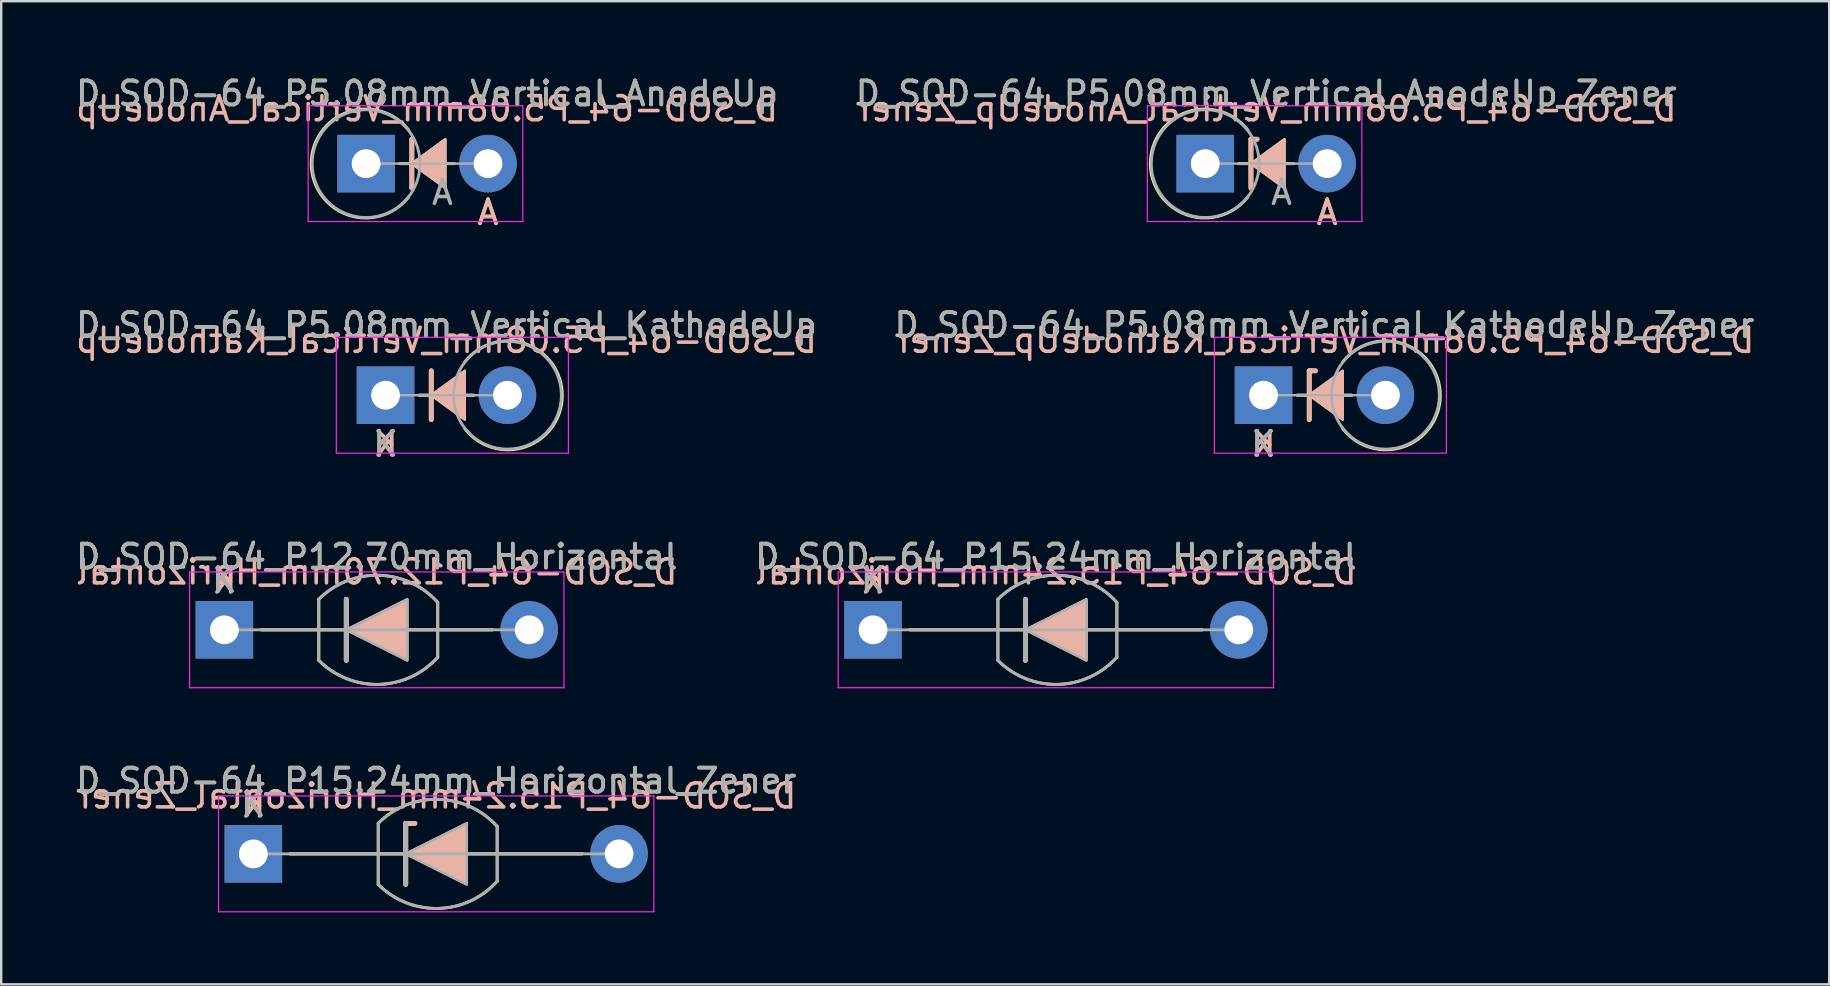
<source format=kicad_pcb>
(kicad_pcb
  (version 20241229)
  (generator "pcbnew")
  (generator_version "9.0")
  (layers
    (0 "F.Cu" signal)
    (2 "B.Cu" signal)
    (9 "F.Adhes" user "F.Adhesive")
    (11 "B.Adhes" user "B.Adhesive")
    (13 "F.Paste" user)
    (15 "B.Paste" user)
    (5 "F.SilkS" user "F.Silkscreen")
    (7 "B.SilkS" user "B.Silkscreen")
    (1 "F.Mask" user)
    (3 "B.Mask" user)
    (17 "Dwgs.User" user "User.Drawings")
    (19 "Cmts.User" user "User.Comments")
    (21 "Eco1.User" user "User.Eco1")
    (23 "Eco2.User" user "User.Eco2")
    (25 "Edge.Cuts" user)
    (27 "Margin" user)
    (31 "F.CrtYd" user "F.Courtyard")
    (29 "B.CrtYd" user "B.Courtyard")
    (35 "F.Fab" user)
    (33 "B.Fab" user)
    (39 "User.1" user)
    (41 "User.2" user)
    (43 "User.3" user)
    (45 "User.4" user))
  (footprint "D_SOD-64_P5.08mm_Vertical_KathodeUp_Zener"
    (layer "F.Cu")
    (at 49.597 13.417)
    (property "Reference" "D_SOD-64_P5.08mm_Vertical_KathodeUp_Zener" (at 2.54 -2.92 0) (layer "F.SilkS") (effects (font (size 1 1) (thickness 0.15))))
    (fp_line (start 1.397 0) (end 2.413 0) (stroke (width 0.12) (type solid)) (layer "F.SilkS"))
    (fp_line (start 1.905 -1.016) (end 1.905 1.016) (stroke (width 0.2) (type solid)) (layer "F.SilkS"))
    (fp_line (start 1.905 -1.016) (end 2.159 -1.016) (stroke (width 0.2) (type solid)) (layer "F.SilkS"))
    (fp_line (start 1.92 0) (end 3.683 0) (stroke (width 0.12) (type solid)) (layer "F.SilkS"))
    (fp_arc (start 3.307539 -1.392669) (mid 7.36629 0.01023) (end 3.302 1.397) (stroke (width 0.12) (type solid)) (layer "F.SilkS"))
    (fp_poly (pts (xy 3.302 1.016) (xy 1.905 0) (xy 3.302 -1.016)) (stroke (width 0.1) (type solid)) (fill yes) (layer "F.SilkS"))
    (fp_line (start 1.397 0) (end 2.413 0) (stroke (width 0.12) (type solid)) (layer "B.SilkS"))
    (fp_line (start 1.905 -1.016) (end 2.159 -1.016) (stroke (width 0.2) (type solid)) (layer "B.SilkS"))
    (fp_line (start 1.905 1.016) (end 1.905 -1.016) (stroke (width 0.2) (type solid)) (layer "B.SilkS"))
    (fp_line (start 1.92 0) (end 3.683 0) (stroke (width 0.12) (type solid)) (layer "B.SilkS"))
    (fp_poly (pts (xy 3.302 -1.016) (xy 1.905 0) (xy 3.302 1.016)) (stroke (width 0.1) (type solid)) (fill yes) (layer "B.SilkS"))
    (fp_line (start -2.05 -2.413) (end -2.05 2.413) (stroke (width 0.05) (type solid)) (layer "F.CrtYd"))
    (fp_line (start -2.05 2.413) (end 7.62 2.413) (stroke (width 0.05) (type solid)) (layer "F.CrtYd"))
    (fp_line (start 7.62 -2.413) (end -2.05 -2.413) (stroke (width 0.05) (type solid)) (layer "F.CrtYd"))
    (fp_line (start 7.62 2.413) (end 7.62 -2.413) (stroke (width 0.05) (type solid)) (layer "F.CrtYd"))
    (fp_line (start 0 0) (end 5.08 0) (stroke (width 0.1) (type solid)) (layer "F.Fab"))
    (fp_circle (center 5.08 0) (end 3.429 -1.524) (stroke (width 0.12) (type solid)) (fill no) (layer "F.Fab"))
    (fp_text user "K" (at 0 2.032 0) (layer "F.SilkS") (effects (font (size 1 1) (thickness 0.15))))
    (fp_text user "${REFERENCE}" (at 2.54 -2.286 0) (layer "B.SilkS") (effects (font (size 1 1) (thickness 0.15)) (justify mirror)))
    (fp_text user "K" (at 0 2.032 0) (layer "B.SilkS") (effects (font (size 1 1) (thickness 0.15)) (justify mirror)))
    (fp_text user "K" (at 0 2.032 0) (layer "F.Fab") (effects (font (size 1 1) (thickness 0.15))))
    (fp_text user "${REFERENCE}" (at 2.54 -2.92 0) (layer "F.Fab") (effects (font (size 1 1) (thickness 0.15))))
    (pad "1" thru_hole rect (at 0 0) (size 2.4 2.4) (drill 1.2) (layers "*.Cu" "*.Mask"))
    (pad "2" thru_hole oval (at 5.08 0) (size 2.4 2.4) (drill 1.2) (layers "*.Cu" "*.Mask")))
  (footprint "D_SOD-64_P15.24mm_Horizontal"
    (layer "F.Cu")
    (at 33.326 23.193)
    (property "Reference" "D_SOD-64_P15.24mm_Horizontal" (at 7.62 -3.048 0) (layer "F.SilkS") (effects (font (size 1 1) (thickness 0.15))))
    (fp_line (start 1.524 0) (end 13.716 0) (stroke (width 0.12) (type solid)) (layer "F.SilkS"))
    (fp_line (start 5.204 1.27) (end 5.204 -1.273) (stroke (width 0.12) (type solid)) (layer "F.SilkS"))
    (fp_line (start 6.35 1.27) (end 6.35 -1.27) (stroke (width 0.2) (type solid)) (layer "F.SilkS"))
    (fp_line (start 10.16 -1.143) (end 10.16 1.143) (stroke (width 0.12) (type solid)) (layer "F.SilkS"))
    (fp_arc (start 5.20366 -1.27334) (mid 7.709833 -2.273039) (end 10.159998 -1.143) (stroke (width 0.12) (type solid)) (layer "F.SilkS"))
    (fp_arc (start 10.16 1.143) (mid 7.710216 2.273029) (end 5.204202 1.273879) (stroke (width 0.12) (type solid)) (layer "F.SilkS"))
    (fp_poly (pts (xy 8.89 1.27) (xy 6.35 0) (xy 8.89 -1.27)) (stroke (width 0.1) (type solid)) (fill yes) (layer "F.SilkS"))
    (fp_line (start 1.524 0) (end 13.716 0) (stroke (width 0.12) (type solid)) (layer "B.SilkS"))
    (fp_line (start 6.35 -1.27) (end 6.35 1.27) (stroke (width 0.2) (type solid)) (layer "B.SilkS"))
    (fp_poly (pts (xy 8.89 -1.27) (xy 6.35 0) (xy 8.89 1.27)) (stroke (width 0.1) (type solid)) (fill yes) (layer "B.SilkS"))
    (fp_line (start -1.45 -2.413) (end -1.45 2.413) (stroke (width 0.05) (type solid)) (layer "F.CrtYd"))
    (fp_line (start -1.45 2.413) (end 16.69 2.413) (stroke (width 0.05) (type solid)) (layer "F.CrtYd"))
    (fp_line (start 16.69 -2.413) (end -1.45 -2.413) (stroke (width 0.05) (type solid)) (layer "F.CrtYd"))
    (fp_line (start 16.69 2.413) (end 16.69 -2.413) (stroke (width 0.05) (type solid)) (layer "F.CrtYd"))
    (fp_line (start 0 0) (end 15.24 0) (stroke (width 0.12) (type solid)) (layer "F.Fab"))
    (fp_line (start 5.204 1.274) (end 5.204 -1.273) (stroke (width 0.12) (type solid)) (layer "F.Fab"))
    (fp_line (start 6.35 1.27) (end 6.35 -1.27) (stroke (width 0.2) (type solid)) (layer "F.Fab"))
    (fp_line (start 10.16 -1.143) (end 10.16 1.143) (stroke (width 0.12) (type solid)) (layer "F.Fab"))
    (fp_arc (start 5.2042 -1.273879) (mid 7.710214 -2.273029) (end 10.159998 -1.143) (stroke (width 0.12) (type solid)) (layer "F.Fab"))
    (fp_arc (start 10.16 1.143) (mid 7.710216 2.273029) (end 5.204202 1.273879) (stroke (width 0.12) (type solid)) (layer "F.Fab"))
    (fp_poly (pts (xy 8.89 1.27) (xy 6.35 0) (xy 8.89 -1.27)) (stroke (width 0.1) (type solid)) (fill no) (layer "F.Fab"))
    (fp_text user "K" (at 0 -2.073 0) (layer "F.SilkS") (effects (font (size 1 1) (thickness 0.15))))
    (fp_text user "K" (at 0 -2.032 0) (layer "B.SilkS") (effects (font (size 1 1) (thickness 0.15)) (justify mirror)))
    (fp_text user "${REFERENCE}" (at 7.62 -2.413 0) (layer "B.SilkS") (effects (font (size 1 1) (thickness 0.15)) (justify mirror)))
    (fp_text user "K" (at 0 -2.073 0) (layer "F.Fab") (effects (font (size 1 1) (thickness 0.15))))
    (fp_text user "${REFERENCE}" (at 7.62 -3.048 0) (layer "F.Fab") (effects (font (size 1 1) (thickness 0.15))))
    (pad "1" thru_hole rect (at 0 0) (size 2.4 2.4) (drill 1.2) (layers "*.Cu" "*.Mask"))
    (pad "2" thru_hole oval (at 15.24 0) (size 2.4 2.4) (drill 1.2) (layers "*.Cu" "*.Mask")))
  (footprint "D_SOD-64_P5.08mm_Vertical_AnodeUp_Zener"
    (layer "F.Cu")
    (at 47.168 3.768)
    (property "Reference" "D_SOD-64_P5.08mm_Vertical_AnodeUp_Zener" (at 2.54 -2.92 0) (layer "F.SilkS") (effects (font (size 1 1) (thickness 0.15))))
    (fp_line (start 1.397 0) (end 2.413 0) (stroke (width 0.12) (type solid)) (layer "F.SilkS"))
    (fp_line (start 1.905 -1.016) (end 1.905 1.016) (stroke (width 0.2) (type solid)) (layer "F.SilkS"))
    (fp_line (start 1.905 -1.016) (end 2.159 -1.016) (stroke (width 0.2) (type solid)) (layer "F.SilkS"))
    (fp_line (start 1.92 0) (end 3.683 0) (stroke (width 0.12) (type solid)) (layer "F.SilkS"))
    (fp_arc (start 1.772461 1.392669) (mid -2.28629 -0.01023) (end 1.778 -1.397) (stroke (width 0.12) (type solid)) (layer "F.SilkS"))
    (fp_poly (pts (xy 3.302 1.016) (xy 1.905 0) (xy 3.302 -1.016)) (stroke (width 0.1) (type solid)) (fill yes) (layer "F.SilkS"))
    (fp_line (start 1.397 0) (end 2.413 0) (stroke (width 0.12) (type solid)) (layer "B.SilkS"))
    (fp_line (start 1.905 -1.016) (end 2.159 -1.016) (stroke (width 0.2) (type solid)) (layer "B.SilkS"))
    (fp_line (start 1.905 1.016) (end 1.905 -1.016) (stroke (width 0.2) (type solid)) (layer "B.SilkS"))
    (fp_line (start 1.92 0) (end 3.683 0) (stroke (width 0.12) (type solid)) (layer "B.SilkS"))
    (fp_poly (pts (xy 3.302 -1.016) (xy 1.905 0) (xy 3.302 1.016)) (stroke (width 0.1) (type solid)) (fill yes) (layer "B.SilkS"))
    (fp_line (start -2.413 -2.413) (end -2.413 2.413) (stroke (width 0.05) (type solid)) (layer "F.CrtYd"))
    (fp_line (start -2.413 2.413) (end 6.53 2.413) (stroke (width 0.05) (type solid)) (layer "F.CrtYd"))
    (fp_line (start 6.53 -2.413) (end -2.413 -2.413) (stroke (width 0.05) (type solid)) (layer "F.CrtYd"))
    (fp_line (start 6.53 2.413) (end 6.53 -2.413) (stroke (width 0.05) (type solid)) (layer "F.CrtYd"))
    (fp_line (start 0 0) (end 5.08 0) (stroke (width 0.1) (type solid)) (layer "F.Fab"))
    (fp_circle (center 0 0) (end 1.651 -1.524) (stroke (width 0.12) (type solid)) (fill no) (layer "F.Fab"))
    (fp_text user "A" (at 5.08 2.032 0) (layer "F.SilkS") (effects (font (size 1 1) (thickness 0.15))))
    (fp_text user "${REFERENCE}" (at 2.54 -2.286 0) (layer "B.SilkS") (effects (font (size 1 1) (thickness 0.15)) (justify mirror)))
    (fp_text user "A" (at 5.08 2.032 0) (layer "B.SilkS") (effects (font (size 1 1) (thickness 0.15)) (justify mirror)))
    (fp_text user "A" (at 3.18 1.2 0) (layer "F.Fab") (effects (font (size 1 1) (thickness 0.15))))
    (fp_text user "${REFERENCE}" (at 2.54 -2.92 0) (layer "F.Fab") (effects (font (size 1 1) (thickness 0.15))))
    (pad "1" thru_hole rect (at 0 0) (size 2.4 2.4) (drill 1.2) (layers "*.Cu" "*.Mask"))
    (pad "2" thru_hole oval (at 5.08 0) (size 2.4 2.4) (drill 1.2) (layers "*.Cu" "*.Mask")))
  (footprint "D_SOD-64_P12.70mm_Horizontal"
    (layer "F.Cu")
    (at 6.299 23.193)
    (property "Reference" "D_SOD-64_P12.70mm_Horizontal" (at 6.35 -3.048 0) (layer "F.SilkS") (effects (font (size 1 1) (thickness 0.15))))
    (fp_line (start 1.524 0) (end 11.176 0) (stroke (width 0.12) (type solid)) (layer "F.SilkS"))
    (fp_line (start 3.934 1.27) (end 3.934 -1.273) (stroke (width 0.12) (type solid)) (layer "F.SilkS"))
    (fp_line (start 5.08 1.27) (end 5.08 -1.27) (stroke (width 0.2) (type solid)) (layer "F.SilkS"))
    (fp_line (start 8.89 -1.143) (end 8.89 1.143) (stroke (width 0.12) (type solid)) (layer "F.SilkS"))
    (fp_arc (start 3.93366 -1.27334) (mid 6.439833 -2.273039) (end 8.889998 -1.143) (stroke (width 0.12) (type solid)) (layer "F.SilkS"))
    (fp_arc (start 8.89 1.143) (mid 6.440216 2.273029) (end 3.934202 1.273879) (stroke (width 0.12) (type solid)) (layer "F.SilkS"))
    (fp_poly (pts (xy 7.62 1.27) (xy 5.08 0) (xy 7.62 -1.27)) (stroke (width 0.1) (type solid)) (fill yes) (layer "F.SilkS"))
    (fp_line (start 1.524 0) (end 11.176 0) (stroke (width 0.12) (type solid)) (layer "B.SilkS"))
    (fp_line (start 5.08 -1.27) (end 5.08 1.27) (stroke (width 0.2) (type solid)) (layer "B.SilkS"))
    (fp_poly (pts (xy 7.62 -1.27) (xy 5.08 0) (xy 7.62 1.27)) (stroke (width 0.1) (type solid)) (fill yes) (layer "B.SilkS"))
    (fp_line (start -1.45 -2.413) (end -1.45 2.413) (stroke (width 0.05) (type solid)) (layer "F.CrtYd"))
    (fp_line (start -1.45 2.413) (end 14.15 2.413) (stroke (width 0.05) (type solid)) (layer "F.CrtYd"))
    (fp_line (start 14.15 -2.413) (end -1.45 -2.413) (stroke (width 0.05) (type solid)) (layer "F.CrtYd"))
    (fp_line (start 14.15 2.413) (end 14.15 -2.413) (stroke (width 0.05) (type solid)) (layer "F.CrtYd"))
    (fp_line (start 0 0) (end 12.7 0) (stroke (width 0.12) (type solid)) (layer "F.Fab"))
    (fp_line (start 3.934 1.274) (end 3.934 -1.273) (stroke (width 0.12) (type solid)) (layer "F.Fab"))
    (fp_line (start 5.08 1.27) (end 5.08 -1.27) (stroke (width 0.2) (type solid)) (layer "F.Fab"))
    (fp_line (start 8.89 -1.143) (end 8.89 1.143) (stroke (width 0.12) (type solid)) (layer "F.Fab"))
    (fp_arc (start 3.9342 -1.273879) (mid 6.440214 -2.273029) (end 8.889998 -1.143) (stroke (width 0.12) (type solid)) (layer "F.Fab"))
    (fp_arc (start 8.89 1.143) (mid 6.440216 2.273029) (end 3.934202 1.273879) (stroke (width 0.12) (type solid)) (layer "F.Fab"))
    (fp_poly (pts (xy 7.62 1.27) (xy 5.08 0) (xy 7.62 -1.27)) (stroke (width 0.1) (type solid)) (fill no) (layer "F.Fab"))
    (fp_text user "K" (at 0 -2.073 0) (layer "F.SilkS") (effects (font (size 1 1) (thickness 0.15))))
    (fp_text user "K" (at 0 -2.032 0) (layer "B.SilkS") (effects (font (size 1 1) (thickness 0.15)) (justify mirror)))
    (fp_text user "${REFERENCE}" (at 6.35 -2.413 0) (layer "B.SilkS") (effects (font (size 1 1) (thickness 0.15)) (justify mirror)))
    (fp_text user "K" (at 0 -2.073 0) (layer "F.Fab") (effects (font (size 1 1) (thickness 0.15))))
    (fp_text user "${REFERENCE}" (at 6.35 -3.048 0) (layer "F.Fab") (effects (font (size 1 1) (thickness 0.15))))
    (pad "1" thru_hole rect (at 0 0) (size 2.4 2.4) (drill 1.2) (layers "*.Cu" "*.Mask"))
    (pad "2" thru_hole oval (at 12.7 0) (size 2.4 2.4) (drill 1.2) (layers "*.Cu" "*.Mask")))
  (footprint "D_SOD-64_P5.08mm_Vertical_KathodeUp"
    (layer "F.Cu")
    (at 13.014 13.417)
    (property "Reference" "D_SOD-64_P5.08mm_Vertical_KathodeUp" (at 2.54 -2.92 0) (layer "F.SilkS") (effects (font (size 1 1) (thickness 0.15))))
    (fp_line (start 1.397 0) (end 2.413 0) (stroke (width 0.12) (type solid)) (layer "F.SilkS"))
    (fp_line (start 1.905 -1.016) (end 1.905 1.016) (stroke (width 0.2) (type solid)) (layer "F.SilkS"))
    (fp_line (start 1.92 0) (end 3.683 0) (stroke (width 0.12) (type solid)) (layer "F.SilkS"))
    (fp_arc (start 3.307539 -1.392669) (mid 7.36629 0.01023) (end 3.302 1.397) (stroke (width 0.12) (type solid)) (layer "F.SilkS"))
    (fp_poly (pts (xy 3.302 1.016) (xy 1.905 0) (xy 3.302 -1.016)) (stroke (width 0.1) (type solid)) (fill yes) (layer "F.SilkS"))
    (fp_line (start 1.397 0) (end 2.413 0) (stroke (width 0.12) (type solid)) (layer "B.SilkS"))
    (fp_line (start 1.905 1.016) (end 1.905 -1.016) (stroke (width 0.2) (type solid)) (layer "B.SilkS"))
    (fp_line (start 1.92 0) (end 3.683 0) (stroke (width 0.12) (type solid)) (layer "B.SilkS"))
    (fp_poly (pts (xy 3.302 -1.016) (xy 1.905 0) (xy 3.302 1.016)) (stroke (width 0.1) (type solid)) (fill yes) (layer "B.SilkS"))
    (fp_line (start -2.05 -2.413) (end -2.05 2.413) (stroke (width 0.05) (type solid)) (layer "F.CrtYd"))
    (fp_line (start -2.05 2.413) (end 7.62 2.413) (stroke (width 0.05) (type solid)) (layer "F.CrtYd"))
    (fp_line (start 7.62 -2.413) (end -2.05 -2.413) (stroke (width 0.05) (type solid)) (layer "F.CrtYd"))
    (fp_line (start 7.62 2.413) (end 7.62 -2.413) (stroke (width 0.05) (type solid)) (layer "F.CrtYd"))
    (fp_line (start 0 0) (end 5.08 0) (stroke (width 0.1) (type solid)) (layer "F.Fab"))
    (fp_circle (center 5.08 0) (end 3.429 -1.524) (stroke (width 0.12) (type solid)) (fill no) (layer "F.Fab"))
    (fp_text user "K" (at 0 2.032 0) (layer "F.SilkS") (effects (font (size 1 1) (thickness 0.15))))
    (fp_text user "${REFERENCE}" (at 2.54 -2.286 0) (layer "B.SilkS") (effects (font (size 1 1) (thickness 0.15)) (justify mirror)))
    (fp_text user "K" (at 0 2.032 0) (layer "B.SilkS") (effects (font (size 1 1) (thickness 0.15)) (justify mirror)))
    (fp_text user "${REFERENCE}" (at 2.54 -2.92 0) (layer "F.Fab") (effects (font (size 1 1) (thickness 0.15))))
    (fp_text user "K" (at 0 2.032 0) (layer "F.Fab") (effects (font (size 1 1) (thickness 0.15))))
    (pad "1" thru_hole rect (at 0 0) (size 2.4 2.4) (drill 1.2) (layers "*.Cu" "*.Mask"))
    (pad "2" thru_hole oval (at 5.08 0) (size 2.4 2.4) (drill 1.2) (layers "*.Cu" "*.Mask")))
  (footprint "D_SOD-64_P15.24mm_Horizontal_Zener"
    (layer "F.Cu")
    (at 7.505 32.528)
    (property "Reference" "D_SOD-64_P15.24mm_Horizontal_Zener" (at 7.62 -3.048 0) (layer "F.SilkS") (effects (font (size 1 1) (thickness 0.15))))
    (fp_line (start 1.524 0) (end 13.716 0) (stroke (width 0.12) (type solid)) (layer "F.SilkS"))
    (fp_line (start 5.204 1.27) (end 5.204 -1.273) (stroke (width 0.12) (type solid)) (layer "F.SilkS"))
    (fp_line (start 6.35 -1.27) (end 6.731 -1.27) (stroke (width 0.2) (type solid)) (layer "F.SilkS"))
    (fp_line (start 6.35 1.27) (end 6.35 -1.27) (stroke (width 0.2) (type solid)) (layer "F.SilkS"))
    (fp_line (start 10.16 -1.143) (end 10.16 1.143) (stroke (width 0.12) (type solid)) (layer "F.SilkS"))
    (fp_arc (start 5.20366 -1.27334) (mid 7.709833 -2.273039) (end 10.159998 -1.143) (stroke (width 0.12) (type solid)) (layer "F.SilkS"))
    (fp_arc (start 10.16 1.143) (mid 7.710216 2.273029) (end 5.204202 1.273879) (stroke (width 0.12) (type solid)) (layer "F.SilkS"))
    (fp_poly (pts (xy 8.89 1.27) (xy 6.35 0) (xy 8.89 -1.27)) (stroke (width 0.1) (type solid)) (fill yes) (layer "F.SilkS"))
    (fp_line (start 1.524 0) (end 13.716 0) (stroke (width 0.12) (type solid)) (layer "B.SilkS"))
    (fp_line (start 6.35 -1.27) (end 6.35 1.27) (stroke (width 0.2) (type solid)) (layer "B.SilkS"))
    (fp_line (start 6.35 -1.27) (end 6.731 -1.27) (stroke (width 0.2) (type solid)) (layer "B.SilkS"))
    (fp_poly (pts (xy 8.89 -1.27) (xy 6.35 0) (xy 8.89 1.27)) (stroke (width 0.1) (type solid)) (fill yes) (layer "B.SilkS"))
    (fp_line (start -1.45 -2.413) (end -1.45 2.413) (stroke (width 0.05) (type solid)) (layer "F.CrtYd"))
    (fp_line (start -1.45 2.413) (end 16.69 2.413) (stroke (width 0.05) (type solid)) (layer "F.CrtYd"))
    (fp_line (start 16.69 -2.413) (end -1.45 -2.413) (stroke (width 0.05) (type solid)) (layer "F.CrtYd"))
    (fp_line (start 16.69 2.413) (end 16.69 -2.413) (stroke (width 0.05) (type solid)) (layer "F.CrtYd"))
    (fp_line (start 0 0) (end 15.24 0) (stroke (width 0.12) (type solid)) (layer "F.Fab"))
    (fp_line (start 5.204 1.274) (end 5.204 -1.273) (stroke (width 0.12) (type solid)) (layer "F.Fab"))
    (fp_line (start 6.35 1.27) (end 6.35 -1.27) (stroke (width 0.2) (type solid)) (layer "F.Fab"))
    (fp_line (start 10.16 -1.143) (end 10.16 1.143) (stroke (width 0.12) (type solid)) (layer "F.Fab"))
    (fp_arc (start 5.2042 -1.273879) (mid 7.710214 -2.273029) (end 10.159998 -1.143) (stroke (width 0.12) (type solid)) (layer "F.Fab"))
    (fp_arc (start 10.16 1.143) (mid 7.710216 2.273029) (end 5.204202 1.273879) (stroke (width 0.12) (type solid)) (layer "F.Fab"))
    (fp_poly (pts (xy 8.89 1.27) (xy 6.35 0) (xy 8.89 -1.27)) (stroke (width 0.1) (type solid)) (fill no) (layer "F.Fab"))
    (fp_text user "K" (at 0 -2.073 0) (layer "F.SilkS") (effects (font (size 1 1) (thickness 0.15))))
    (fp_text user "K" (at 0 -2.032 0) (layer "B.SilkS") (effects (font (size 1 1) (thickness 0.15)) (justify mirror)))
    (fp_text user "${REFERENCE}" (at 7.62 -2.413 0) (layer "B.SilkS") (effects (font (size 1 1) (thickness 0.15)) (justify mirror)))
    (fp_text user "${REFERENCE}" (at 7.62 -3.048 0) (layer "F.Fab") (effects (font (size 1 1) (thickness 0.15))))
    (fp_text user "K" (at 0 -2.073 0) (layer "F.Fab") (effects (font (size 1 1) (thickness 0.15))))
    (pad "1" thru_hole rect (at 0 0) (size 2.4 2.4) (drill 1.2) (layers "*.Cu" "*.Mask"))
    (pad "2" thru_hole oval (at 15.24 0) (size 2.4 2.4) (drill 1.2) (layers "*.Cu" "*.Mask")))
  (footprint "D_SOD-64_P5.08mm_Vertical_AnodeUp"
    (layer "F.Cu")
    (at 12.204 3.768)
    (property "Reference" "D_SOD-64_P5.08mm_Vertical_AnodeUp" (at 2.54 -2.92 0) (layer "F.SilkS") (effects (font (size 1 1) (thickness 0.15))))
    (fp_line (start 1.397 0) (end 2.413 0) (stroke (width 0.12) (type solid)) (layer "F.SilkS"))
    (fp_line (start 1.905 -1.016) (end 1.905 1.016) (stroke (width 0.2) (type solid)) (layer "F.SilkS"))
    (fp_line (start 1.92 0) (end 3.683 0) (stroke (width 0.12) (type solid)) (layer "F.SilkS"))
    (fp_arc (start 1.772461 1.392669) (mid -2.28629 -0.01023) (end 1.778 -1.397) (stroke (width 0.12) (type solid)) (layer "F.SilkS"))
    (fp_poly (pts (xy 3.302 1.016) (xy 1.905 0) (xy 3.302 -1.016)) (stroke (width 0.1) (type solid)) (fill yes) (layer "F.SilkS"))
    (fp_line (start 1.397 0) (end 2.413 0) (stroke (width 0.12) (type solid)) (layer "B.SilkS"))
    (fp_line (start 1.905 1.016) (end 1.905 -1.016) (stroke (width 0.2) (type solid)) (layer "B.SilkS"))
    (fp_line (start 1.92 0) (end 3.683 0) (stroke (width 0.12) (type solid)) (layer "B.SilkS"))
    (fp_poly (pts (xy 3.302 -1.016) (xy 1.905 0) (xy 3.302 1.016)) (stroke (width 0.1) (type solid)) (fill yes) (layer "B.SilkS"))
    (fp_line (start -2.413 -2.413) (end -2.413 2.413) (stroke (width 0.05) (type solid)) (layer "F.CrtYd"))
    (fp_line (start -2.413 2.413) (end 6.53 2.413) (stroke (width 0.05) (type solid)) (layer "F.CrtYd"))
    (fp_line (start 6.53 -2.413) (end -2.413 -2.413) (stroke (width 0.05) (type solid)) (layer "F.CrtYd"))
    (fp_line (start 6.53 2.413) (end 6.53 -2.413) (stroke (width 0.05) (type solid)) (layer "F.CrtYd"))
    (fp_line (start 0 0) (end 5.08 0) (stroke (width 0.1) (type solid)) (layer "F.Fab"))
    (fp_circle (center 0 0) (end 1.651 -1.524) (stroke (width 0.12) (type solid)) (fill no) (layer "F.Fab"))
    (fp_text user "A" (at 5.08 2.032 0) (layer "F.SilkS") (effects (font (size 1 1) (thickness 0.15))))
    (fp_text user "A" (at 5.08 2.032 0) (layer "B.SilkS") (effects (font (size 1 1) (thickness 0.15)) (justify mirror)))
    (fp_text user "${REFERENCE}" (at 2.54 -2.286 0) (layer "B.SilkS") (effects (font (size 1 1) (thickness 0.15)) (justify mirror)))
    (fp_text user "A" (at 3.18 1.2 0) (layer "F.Fab") (effects (font (size 1 1) (thickness 0.15))))
    (fp_text user "${REFERENCE}" (at 2.54 -2.92 0) (layer "F.Fab") (effects (font (size 1 1) (thickness 0.15))))
    (pad "1" thru_hole rect (at 0 0) (size 2.4 2.4) (drill 1.2) (layers "*.Cu" "*.Mask"))
    (pad "2" thru_hole oval (at 5.08 0) (size 2.4 2.4) (drill 1.2) (layers "*.Cu" "*.Mask")))
  (gr_rect
    (start -3 -3)
    (end 73.167 37.965)
    (stroke (width 0.1) (type default))
    (fill no)
    (layer "Edge.Cuts")))
</source>
